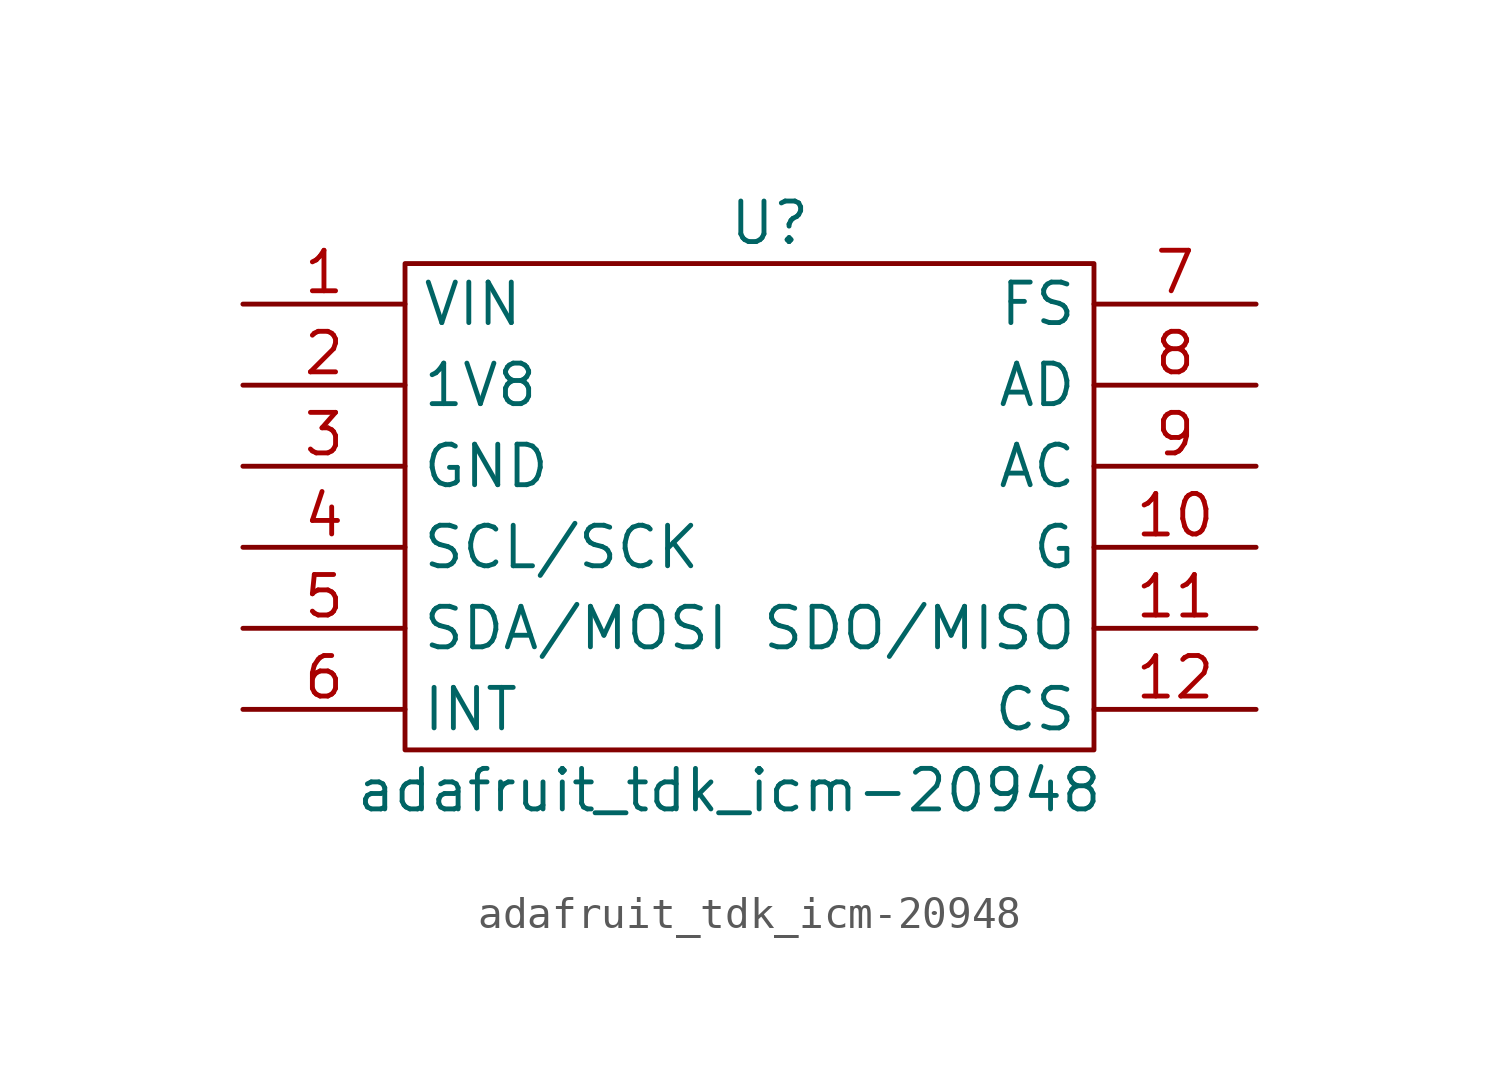
<source format=kicad_sym>
(kicad_symbol_lib
  (version 20211014)
  (generator kicad_symbol_editor)
  (symbol "adafruit_tdk_icm-20948"
    (property "Reference" "U"
      (at 10.16 -1.27 0)
      (effects (font (size 1.27 1.27))))
    (property "Value" "adafruit_tdk_icm-20948"
      (at 8.89 -19.05 0)
      (effects (font (size 1.27 1.27))))
    (symbol "adafruit_tdk_icm-20948_0_1"
      (rectangle (start -1.27 -2.54) (end 20.32 -17.78) (stroke (width 0.152) (type default) (color 0 0 0 0)) (fill (type none))))
    (symbol "adafruit_tdk_icm-20948_1_1"
      (pin power_in line (at -6.35 -3.81 0) (length 5.08) (name "VIN" (effects (font (size 1.27 1.27)))) (number "1" (effects (font (size 1.27 1.27)))))
      (pin power_in line (at 25.4 -11.43 180) (length 5.08) (name "G" (effects (font (size 1.27 1.27)))) (number "10" (effects (font (size 1.27 1.27)))))
      (pin output line (at 25.4 -13.97 180) (length 5.08) (name "SDO/MISO" (effects (font (size 1.27 1.27)))) (number "11" (effects (font (size 1.27 1.27)))))
      (pin input line (at 25.4 -16.51 180) (length 5.08) (name "CS" (effects (font (size 1.27 1.27)))) (number "12" (effects (font (size 1.27 1.27)))))
      (pin power_out line (at -6.35 -6.35 0) (length 5.08) (name "1V8" (effects (font (size 1.27 1.27)))) (number "2" (effects (font (size 1.27 1.27)))))
      (pin power_in line (at -6.35 -8.89 0) (length 5.08) (name "GND" (effects (font (size 1.27 1.27)))) (number "3" (effects (font (size 1.27 1.27)))))
      (pin bidirectional line (at -6.35 -11.43 0) (length 5.08) (name "SCL/SCK" (effects (font (size 1.27 1.27)))) (number "4" (effects (font (size 1.27 1.27)))))
      (pin bidirectional line (at -6.35 -13.97 0) (length 5.08) (name "SDA/MOSI" (effects (font (size 1.27 1.27)))) (number "5" (effects (font (size 1.27 1.27)))))
      (pin output line (at -6.35 -16.51 0) (length 5.08) (name "INT" (effects (font (size 1.27 1.27)))) (number "6" (effects (font (size 1.27 1.27)))))
      (pin unspecified line (at 25.4 -3.81 180) (length 5.08) (name "FS" (effects (font (size 1.27 1.27)))) (number "7" (effects (font (size 1.27 1.27)))))
      (pin bidirectional line (at 25.4 -6.35 180) (length 5.08) (name "AD" (effects (font (size 1.27 1.27)))) (number "8" (effects (font (size 1.27 1.27)))))
      (pin bidirectional line (at 25.4 -8.89 180) (length 5.08) (name "AC" (effects (font (size 1.27 1.27)))) (number "9" (effects (font (size 1.27 1.27))))))))
</source>
